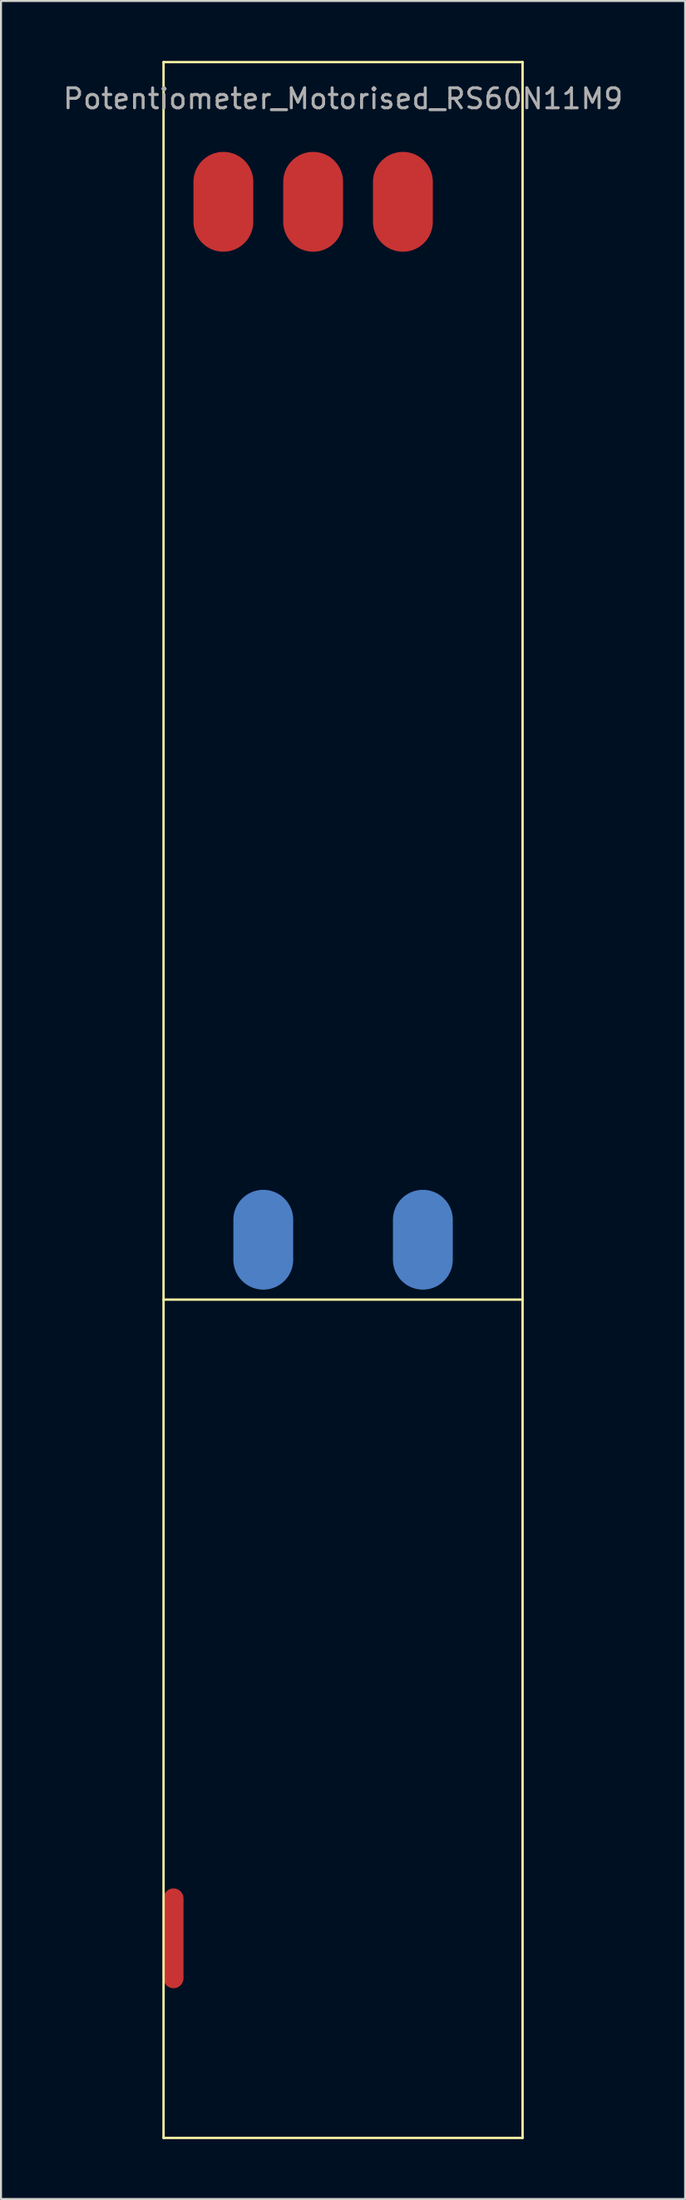
<source format=kicad_pcb>
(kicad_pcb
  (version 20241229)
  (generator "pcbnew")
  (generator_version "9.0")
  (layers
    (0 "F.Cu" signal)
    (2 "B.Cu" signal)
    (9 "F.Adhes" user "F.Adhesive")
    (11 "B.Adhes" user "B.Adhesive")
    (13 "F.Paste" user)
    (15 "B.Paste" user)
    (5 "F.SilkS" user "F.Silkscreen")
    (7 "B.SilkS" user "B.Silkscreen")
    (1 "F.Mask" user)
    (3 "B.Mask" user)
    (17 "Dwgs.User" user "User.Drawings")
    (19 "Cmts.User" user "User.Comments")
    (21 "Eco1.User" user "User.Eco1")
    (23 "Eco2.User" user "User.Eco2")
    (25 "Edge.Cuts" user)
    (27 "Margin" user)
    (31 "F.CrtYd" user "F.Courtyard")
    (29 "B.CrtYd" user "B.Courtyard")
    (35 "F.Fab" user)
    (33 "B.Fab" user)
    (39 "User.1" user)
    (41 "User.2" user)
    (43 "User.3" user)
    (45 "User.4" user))
  (footprint "Potentiometer_Motorised_RS60N11M9"
    (layer "F.Cu")
    (at 14.149 52.06)
    (property "Reference" "Potentiometer_Motorised_RS60N11M9" (at 0 -50.165 0) (layer "F.Fab") (effects (font (size 1 1) (thickness 0.15))))
    (attr through_hole)
    (fp_line (start -9 -52) (end -9 52) (stroke (width 0.12) (type solid)) (layer "F.SilkS"))
    (fp_line (start -9 10) (end 9 10) (stroke (width 0.12) (type solid)) (layer "F.SilkS"))
    (fp_line (start -9 52) (end 9 52) (stroke (width 0.12) (type solid)) (layer "F.SilkS"))
    (fp_line (start 9 -52) (end -9 -52) (stroke (width 0.12) (type solid)) (layer "F.SilkS"))
    (fp_line (start 9 52) (end 9 -52) (stroke (width 0.12) (type solid)) (layer "F.SilkS"))
    (pad "1" smd oval (at -8.5 42) (size 1 5) (layers "F.Cu" "F.Mask" "F.Paste"))
    (pad "2" smd oval (at -6 -45) (size 3 5) (layers "F.Cu" "F.Mask" "F.Paste"))
    (pad "3" smd oval (at -1.5 -45) (size 3 5) (layers "F.Cu" "F.Mask" "F.Paste"))
    (pad "4" smd oval (at 3 -45) (size 3 5) (layers "F.Cu" "F.Mask" "F.Paste"))
    (pad "5" smd oval (at 4 7) (size 3 5) (layers "B.Cu" "B.Mask" "B.Paste"))
    (pad "6" smd oval (at -4 7) (size 3 5) (layers "B.Cu" "B.Mask" "B.Paste")))
  (gr_rect
    (start -3 -3)
    (end 31.298 107.12)
    (stroke (width 0.1) (type default))
    (fill no)
    (layer "Edge.Cuts")))
</source>
